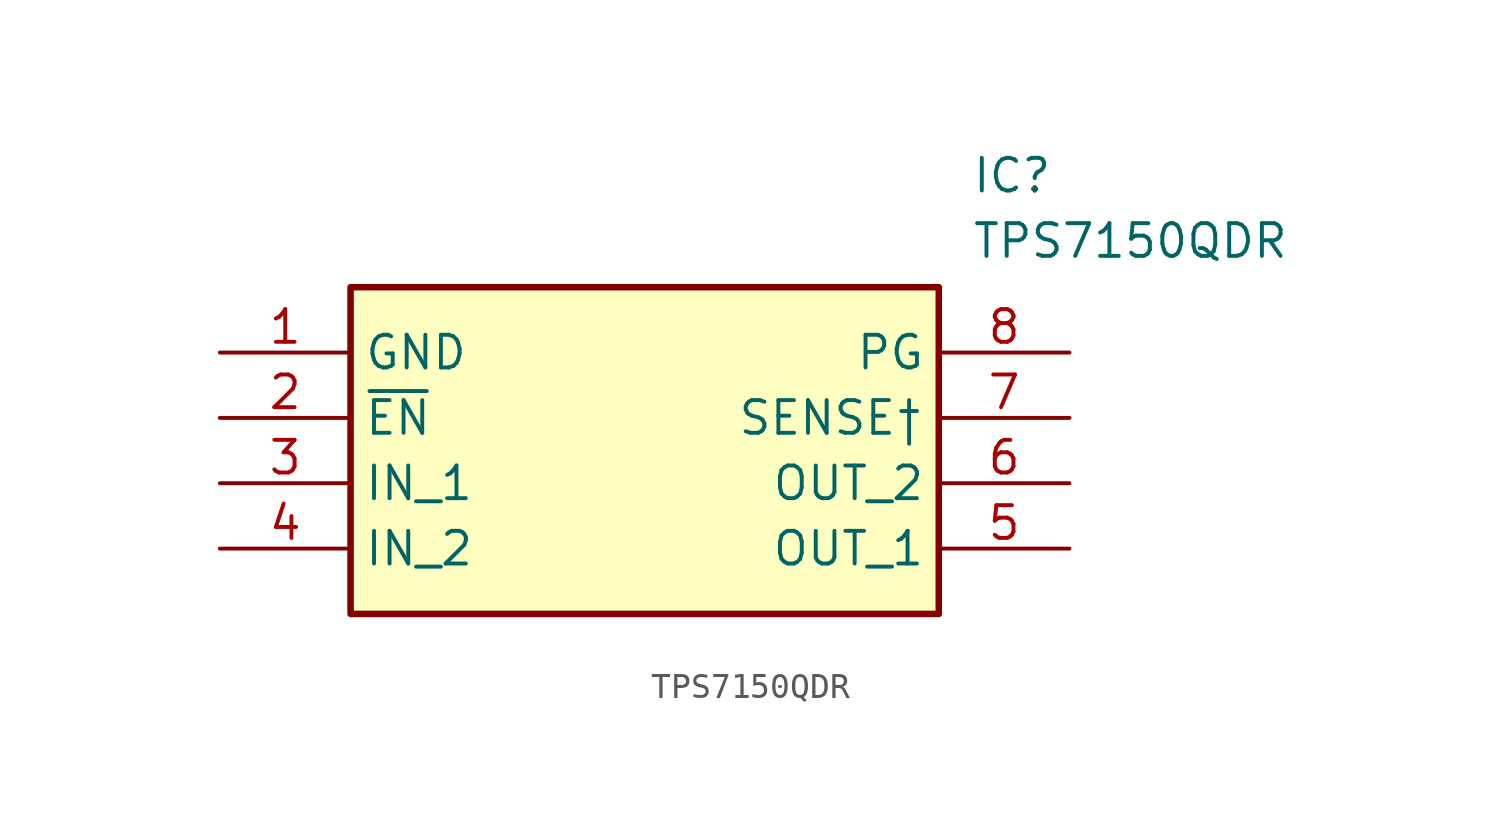
<source format=kicad_sym>
(kicad_symbol_lib
  (version 20211014)
  (generator SamacSys_ECAD_Model)
  (symbol "TPS7150QDR"
    (property "Reference" "IC"
      (at 29.21 7.62 0)
      (effects (font (size 1.27 1.27)) (justify left top)))
    (property "Value" "TPS7150QDR"
      (at 29.21 5.08 0)
      (effects (font (size 1.27 1.27)) (justify left top)))
    (rectangle
      (start 5.08 2.54)
      (end 27.94 -10.16)
      (stroke (width 0.254) (type default))
      (fill (type background)))
    (pin passive line
      (at 0 0 0)
      (length 5.08)
      (name "GND" (effects (font (size 1.27 1.27))))
      (number "1" (effects (font (size 1.27 1.27)))))
    (pin passive line
      (at 0 -2.54 0)
      (length 5.08)
      (name "~{EN}" (effects (font (size 1.27 1.27))))
      (number "2" (effects (font (size 1.27 1.27)))))
    (pin passive line
      (at 0 -5.08 0)
      (length 5.08)
      (name "IN_1" (effects (font (size 1.27 1.27))))
      (number "3" (effects (font (size 1.27 1.27)))))
    (pin passive line
      (at 0 -7.62 0)
      (length 5.08)
      (name "IN_2" (effects (font (size 1.27 1.27))))
      (number "4" (effects (font (size 1.27 1.27)))))
    (pin passive line
      (at 33.02 0 180)
      (length 5.08)
      (name "PG" (effects (font (size 1.27 1.27))))
      (number "8" (effects (font (size 1.27 1.27)))))
    (pin passive line
      (at 33.02 -2.54 180)
      (length 5.08)
      (name "SENSE†" (effects (font (size 1.27 1.27))))
      (number "7" (effects (font (size 1.27 1.27)))))
    (pin passive line
      (at 33.02 -5.08 180)
      (length 5.08)
      (name "OUT_2" (effects (font (size 1.27 1.27))))
      (number "6" (effects (font (size 1.27 1.27)))))
    (pin passive line
      (at 33.02 -7.62 180)
      (length 5.08)
      (name "OUT_1" (effects (font (size 1.27 1.27))))
      (number "5" (effects (font (size 1.27 1.27)))))))
</source>
